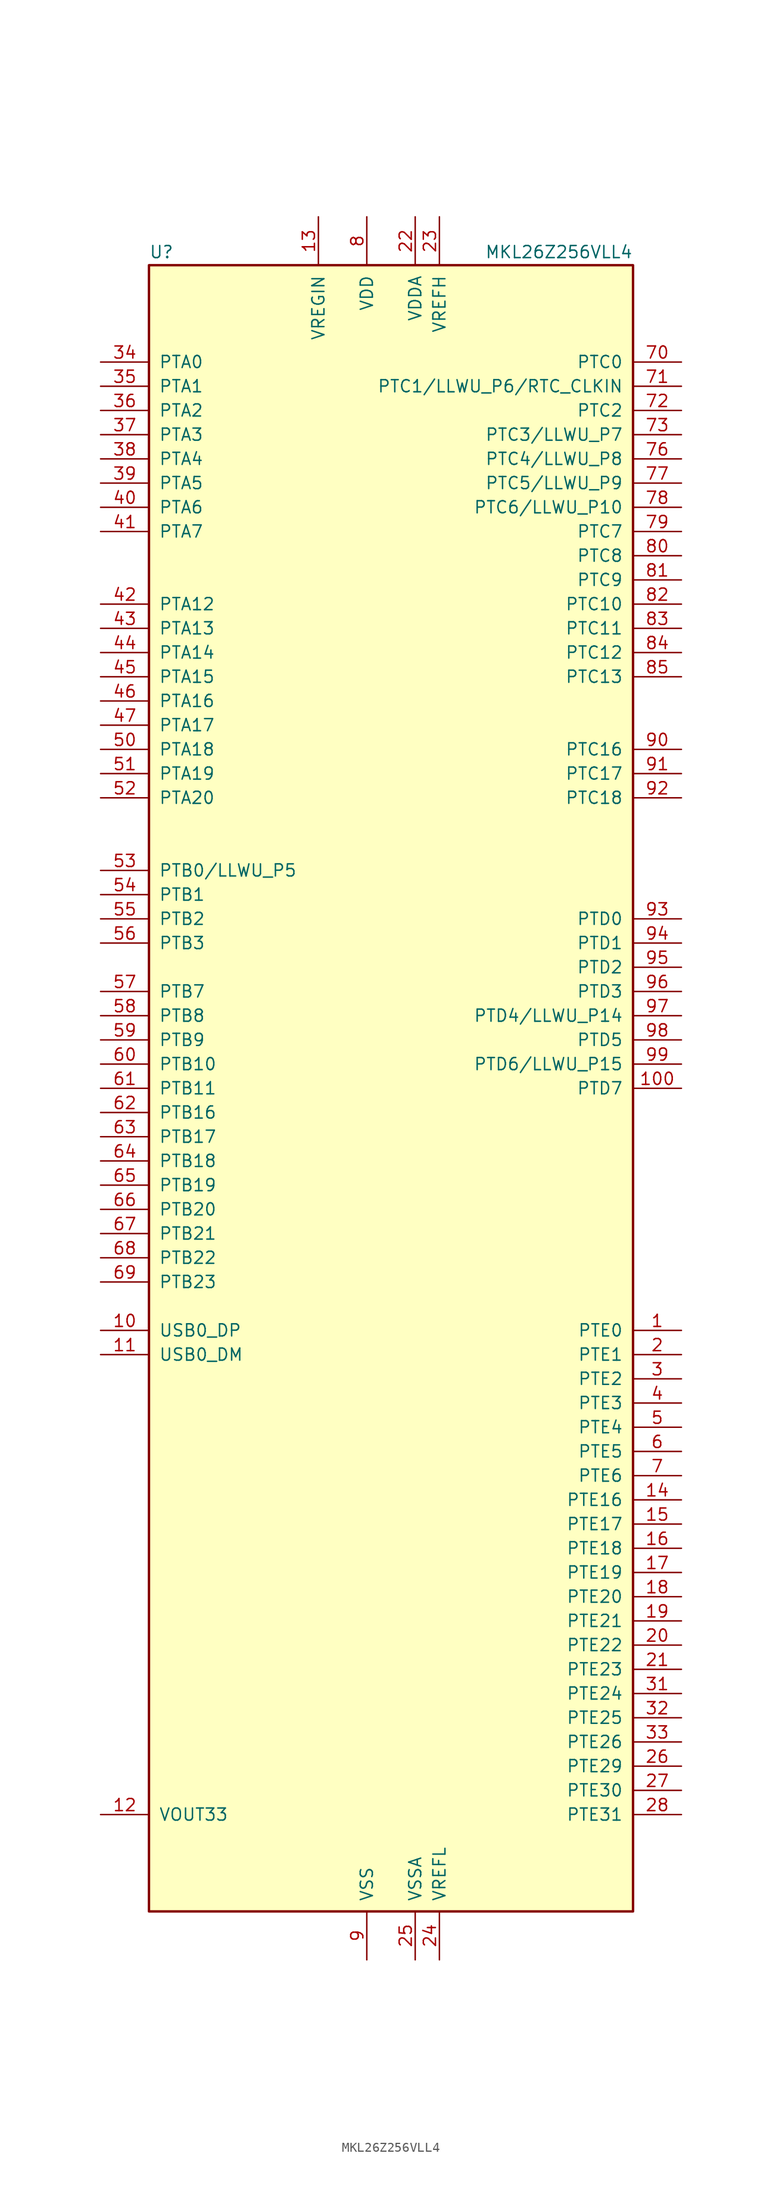
<source format=kicad_sym>
(kicad_symbol_lib
  (version 20211014)
  (generator kicad_symbol_editor)
  (symbol "MKL26Z256VLL4"
    (pin_names
      (offset 1.016))
    (property "Reference" "U"
      (at -25.4 86.995 0)
      (effects (font (size 1.27 1.27)) (justify left bottom)))
    (property "Value" "MKL26Z256VLL4"
      (at 25.4 86.995 0)
      (effects (font (size 1.27 1.27)) (justify right bottom)))
    (symbol "MKL26Z256VLL4_0_1"
      (rectangle (start -25.4 86.36) (end 25.4 -86.36) (stroke (width 0.254) (type default) (color 0 0 0 0)) (fill (type background))))
    (symbol "MKL26Z256VLL4_1_1"
      (pin bidirectional line (at 30.48 -25.4 180) (length 5.08) (name "PTE0" (effects (font (size 1.27 1.27)))) (number "1" (effects (font (size 1.27 1.27)))))
      (pin bidirectional line (at -30.48 -25.4 0) (length 5.08) (name "USB0_DP" (effects (font (size 1.27 1.27)))) (number "10" (effects (font (size 1.27 1.27)))))
      (pin bidirectional line (at 30.48 0 180) (length 5.08) (name "PTD7" (effects (font (size 1.27 1.27)))) (number "100" (effects (font (size 1.27 1.27)))))
      (pin bidirectional line (at -30.48 -27.94 0) (length 5.08) (name "USB0_DM" (effects (font (size 1.27 1.27)))) (number "11" (effects (font (size 1.27 1.27)))))
      (pin power_out line (at -30.48 -76.2 0) (length 5.08) (name "VOUT33" (effects (font (size 1.27 1.27)))) (number "12" (effects (font (size 1.27 1.27)))))
      (pin power_in line (at -7.62 91.44 270) (length 5.08) (name "VREGIN" (effects (font (size 1.27 1.27)))) (number "13" (effects (font (size 1.27 1.27)))))
      (pin bidirectional line (at 30.48 -43.18 180) (length 5.08) (name "PTE16" (effects (font (size 1.27 1.27)))) (number "14" (effects (font (size 1.27 1.27)))))
      (pin bidirectional line (at 30.48 -45.72 180) (length 5.08) (name "PTE17" (effects (font (size 1.27 1.27)))) (number "15" (effects (font (size 1.27 1.27)))))
      (pin bidirectional line (at 30.48 -48.26 180) (length 5.08) (name "PTE18" (effects (font (size 1.27 1.27)))) (number "16" (effects (font (size 1.27 1.27)))))
      (pin bidirectional line (at 30.48 -50.8 180) (length 5.08) (name "PTE19" (effects (font (size 1.27 1.27)))) (number "17" (effects (font (size 1.27 1.27)))))
      (pin bidirectional line (at 30.48 -53.34 180) (length 5.08) (name "PTE20" (effects (font (size 1.27 1.27)))) (number "18" (effects (font (size 1.27 1.27)))))
      (pin bidirectional line (at 30.48 -55.88 180) (length 5.08) (name "PTE21" (effects (font (size 1.27 1.27)))) (number "19" (effects (font (size 1.27 1.27)))))
      (pin bidirectional line (at 30.48 -27.94 180) (length 5.08) (name "PTE1" (effects (font (size 1.27 1.27)))) (number "2" (effects (font (size 1.27 1.27)))))
      (pin bidirectional line (at 30.48 -58.42 180) (length 5.08) (name "PTE22" (effects (font (size 1.27 1.27)))) (number "20" (effects (font (size 1.27 1.27)))))
      (pin bidirectional line (at 30.48 -60.96 180) (length 5.08) (name "PTE23" (effects (font (size 1.27 1.27)))) (number "21" (effects (font (size 1.27 1.27)))))
      (pin power_in line (at 2.54 91.44 270) (length 5.08) (name "VDDA" (effects (font (size 1.27 1.27)))) (number "22" (effects (font (size 1.27 1.27)))))
      (pin power_in line (at 5.08 91.44 270) (length 5.08) (name "VREFH" (effects (font (size 1.27 1.27)))) (number "23" (effects (font (size 1.27 1.27)))))
      (pin power_in line (at 5.08 -91.44 90) (length 5.08) (name "VREFL" (effects (font (size 1.27 1.27)))) (number "24" (effects (font (size 1.27 1.27)))))
      (pin power_in line (at 2.54 -91.44 90) (length 5.08) (name "VSSA" (effects (font (size 1.27 1.27)))) (number "25" (effects (font (size 1.27 1.27)))))
      (pin bidirectional line (at 30.48 -71.12 180) (length 5.08) (name "PTE29" (effects (font (size 1.27 1.27)))) (number "26" (effects (font (size 1.27 1.27)))))
      (pin bidirectional line (at 30.48 -73.66 180) (length 5.08) (name "PTE30" (effects (font (size 1.27 1.27)))) (number "27" (effects (font (size 1.27 1.27)))))
      (pin bidirectional line (at 30.48 -76.2 180) (length 5.08) (name "PTE31" (effects (font (size 1.27 1.27)))) (number "28" (effects (font (size 1.27 1.27)))))
      (pin passive line (at -2.54 -91.44 90) (length 5.08) hide (name "VSS" (effects (font (size 1.27 1.27)))) (number "29" (effects (font (size 1.27 1.27)))))
      (pin bidirectional line (at 30.48 -30.48 180) (length 5.08) (name "PTE2" (effects (font (size 1.27 1.27)))) (number "3" (effects (font (size 1.27 1.27)))))
      (pin passive line (at -2.54 91.44 270) (length 5.08) hide (name "VDD" (effects (font (size 1.27 1.27)))) (number "30" (effects (font (size 1.27 1.27)))))
      (pin bidirectional line (at 30.48 -63.5 180) (length 5.08) (name "PTE24" (effects (font (size 1.27 1.27)))) (number "31" (effects (font (size 1.27 1.27)))))
      (pin bidirectional line (at 30.48 -66.04 180) (length 5.08) (name "PTE25" (effects (font (size 1.27 1.27)))) (number "32" (effects (font (size 1.27 1.27)))))
      (pin bidirectional line (at 30.48 -68.58 180) (length 5.08) (name "PTE26" (effects (font (size 1.27 1.27)))) (number "33" (effects (font (size 1.27 1.27)))))
      (pin bidirectional line (at -30.48 76.2 0) (length 5.08) (name "PTA0" (effects (font (size 1.27 1.27)))) (number "34" (effects (font (size 1.27 1.27)))))
      (pin bidirectional line (at -30.48 73.66 0) (length 5.08) (name "PTA1" (effects (font (size 1.27 1.27)))) (number "35" (effects (font (size 1.27 1.27)))))
      (pin bidirectional line (at -30.48 71.12 0) (length 5.08) (name "PTA2" (effects (font (size 1.27 1.27)))) (number "36" (effects (font (size 1.27 1.27)))))
      (pin bidirectional line (at -30.48 68.58 0) (length 5.08) (name "PTA3" (effects (font (size 1.27 1.27)))) (number "37" (effects (font (size 1.27 1.27)))))
      (pin bidirectional line (at -30.48 66.04 0) (length 5.08) (name "PTA4" (effects (font (size 1.27 1.27)))) (number "38" (effects (font (size 1.27 1.27)))))
      (pin bidirectional line (at -30.48 63.5 0) (length 5.08) (name "PTA5" (effects (font (size 1.27 1.27)))) (number "39" (effects (font (size 1.27 1.27)))))
      (pin bidirectional line (at 30.48 -33.02 180) (length 5.08) (name "PTE3" (effects (font (size 1.27 1.27)))) (number "4" (effects (font (size 1.27 1.27)))))
      (pin bidirectional line (at -30.48 60.96 0) (length 5.08) (name "PTA6" (effects (font (size 1.27 1.27)))) (number "40" (effects (font (size 1.27 1.27)))))
      (pin bidirectional line (at -30.48 58.42 0) (length 5.08) (name "PTA7" (effects (font (size 1.27 1.27)))) (number "41" (effects (font (size 1.27 1.27)))))
      (pin bidirectional line (at -30.48 50.8 0) (length 5.08) (name "PTA12" (effects (font (size 1.27 1.27)))) (number "42" (effects (font (size 1.27 1.27)))))
      (pin bidirectional line (at -30.48 48.26 0) (length 5.08) (name "PTA13" (effects (font (size 1.27 1.27)))) (number "43" (effects (font (size 1.27 1.27)))))
      (pin bidirectional line (at -30.48 45.72 0) (length 5.08) (name "PTA14" (effects (font (size 1.27 1.27)))) (number "44" (effects (font (size 1.27 1.27)))))
      (pin bidirectional line (at -30.48 43.18 0) (length 5.08) (name "PTA15" (effects (font (size 1.27 1.27)))) (number "45" (effects (font (size 1.27 1.27)))))
      (pin bidirectional line (at -30.48 40.64 0) (length 5.08) (name "PTA16" (effects (font (size 1.27 1.27)))) (number "46" (effects (font (size 1.27 1.27)))))
      (pin bidirectional line (at -30.48 38.1 0) (length 5.08) (name "PTA17" (effects (font (size 1.27 1.27)))) (number "47" (effects (font (size 1.27 1.27)))))
      (pin passive line (at -2.54 91.44 270) (length 5.08) hide (name "VDD" (effects (font (size 1.27 1.27)))) (number "48" (effects (font (size 1.27 1.27)))))
      (pin passive line (at -2.54 -91.44 90) (length 5.08) hide (name "VSS" (effects (font (size 1.27 1.27)))) (number "49" (effects (font (size 1.27 1.27)))))
      (pin bidirectional line (at 30.48 -35.56 180) (length 5.08) (name "PTE4" (effects (font (size 1.27 1.27)))) (number "5" (effects (font (size 1.27 1.27)))))
      (pin bidirectional line (at -30.48 35.56 0) (length 5.08) (name "PTA18" (effects (font (size 1.27 1.27)))) (number "50" (effects (font (size 1.27 1.27)))))
      (pin bidirectional line (at -30.48 33.02 0) (length 5.08) (name "PTA19" (effects (font (size 1.27 1.27)))) (number "51" (effects (font (size 1.27 1.27)))))
      (pin bidirectional line (at -30.48 30.48 0) (length 5.08) (name "PTA20" (effects (font (size 1.27 1.27)))) (number "52" (effects (font (size 1.27 1.27)))))
      (pin bidirectional line (at -30.48 22.86 0) (length 5.08) (name "PTB0/LLWU_P5" (effects (font (size 1.27 1.27)))) (number "53" (effects (font (size 1.27 1.27)))))
      (pin bidirectional line (at -30.48 20.32 0) (length 5.08) (name "PTB1" (effects (font (size 1.27 1.27)))) (number "54" (effects (font (size 1.27 1.27)))))
      (pin bidirectional line (at -30.48 17.78 0) (length 5.08) (name "PTB2" (effects (font (size 1.27 1.27)))) (number "55" (effects (font (size 1.27 1.27)))))
      (pin bidirectional line (at -30.48 15.24 0) (length 5.08) (name "PTB3" (effects (font (size 1.27 1.27)))) (number "56" (effects (font (size 1.27 1.27)))))
      (pin bidirectional line (at -30.48 10.16 0) (length 5.08) (name "PTB7" (effects (font (size 1.27 1.27)))) (number "57" (effects (font (size 1.27 1.27)))))
      (pin bidirectional line (at -30.48 7.62 0) (length 5.08) (name "PTB8" (effects (font (size 1.27 1.27)))) (number "58" (effects (font (size 1.27 1.27)))))
      (pin bidirectional line (at -30.48 5.08 0) (length 5.08) (name "PTB9" (effects (font (size 1.27 1.27)))) (number "59" (effects (font (size 1.27 1.27)))))
      (pin bidirectional line (at 30.48 -38.1 180) (length 5.08) (name "PTE5" (effects (font (size 1.27 1.27)))) (number "6" (effects (font (size 1.27 1.27)))))
      (pin bidirectional line (at -30.48 2.54 0) (length 5.08) (name "PTB10" (effects (font (size 1.27 1.27)))) (number "60" (effects (font (size 1.27 1.27)))))
      (pin bidirectional line (at -30.48 0 0) (length 5.08) (name "PTB11" (effects (font (size 1.27 1.27)))) (number "61" (effects (font (size 1.27 1.27)))))
      (pin bidirectional line (at -30.48 -2.54 0) (length 5.08) (name "PTB16" (effects (font (size 1.27 1.27)))) (number "62" (effects (font (size 1.27 1.27)))))
      (pin bidirectional line (at -30.48 -5.08 0) (length 5.08) (name "PTB17" (effects (font (size 1.27 1.27)))) (number "63" (effects (font (size 1.27 1.27)))))
      (pin bidirectional line (at -30.48 -7.62 0) (length 5.08) (name "PTB18" (effects (font (size 1.27 1.27)))) (number "64" (effects (font (size 1.27 1.27)))))
      (pin bidirectional line (at -30.48 -10.16 0) (length 5.08) (name "PTB19" (effects (font (size 1.27 1.27)))) (number "65" (effects (font (size 1.27 1.27)))))
      (pin bidirectional line (at -30.48 -12.7 0) (length 5.08) (name "PTB20" (effects (font (size 1.27 1.27)))) (number "66" (effects (font (size 1.27 1.27)))))
      (pin bidirectional line (at -30.48 -15.24 0) (length 5.08) (name "PTB21" (effects (font (size 1.27 1.27)))) (number "67" (effects (font (size 1.27 1.27)))))
      (pin bidirectional line (at -30.48 -17.78 0) (length 5.08) (name "PTB22" (effects (font (size 1.27 1.27)))) (number "68" (effects (font (size 1.27 1.27)))))
      (pin bidirectional line (at -30.48 -20.32 0) (length 5.08) (name "PTB23" (effects (font (size 1.27 1.27)))) (number "69" (effects (font (size 1.27 1.27)))))
      (pin bidirectional line (at 30.48 -40.64 180) (length 5.08) (name "PTE6" (effects (font (size 1.27 1.27)))) (number "7" (effects (font (size 1.27 1.27)))))
      (pin bidirectional line (at 30.48 76.2 180) (length 5.08) (name "PTC0" (effects (font (size 1.27 1.27)))) (number "70" (effects (font (size 1.27 1.27)))))
      (pin bidirectional line (at 30.48 73.66 180) (length 5.08) (name "PTC1/LLWU_P6/RTC_CLKIN" (effects (font (size 1.27 1.27)))) (number "71" (effects (font (size 1.27 1.27)))))
      (pin bidirectional line (at 30.48 71.12 180) (length 5.08) (name "PTC2" (effects (font (size 1.27 1.27)))) (number "72" (effects (font (size 1.27 1.27)))))
      (pin bidirectional line (at 30.48 68.58 180) (length 5.08) (name "PTC3/LLWU_P7" (effects (font (size 1.27 1.27)))) (number "73" (effects (font (size 1.27 1.27)))))
      (pin passive line (at -2.54 -91.44 90) (length 5.08) hide (name "VSS" (effects (font (size 1.27 1.27)))) (number "74" (effects (font (size 1.27 1.27)))))
      (pin passive line (at -2.54 91.44 270) (length 5.08) hide (name "VDD" (effects (font (size 1.27 1.27)))) (number "75" (effects (font (size 1.27 1.27)))))
      (pin bidirectional line (at 30.48 66.04 180) (length 5.08) (name "PTC4/LLWU_P8" (effects (font (size 1.27 1.27)))) (number "76" (effects (font (size 1.27 1.27)))))
      (pin bidirectional line (at 30.48 63.5 180) (length 5.08) (name "PTC5/LLWU_P9" (effects (font (size 1.27 1.27)))) (number "77" (effects (font (size 1.27 1.27)))))
      (pin bidirectional line (at 30.48 60.96 180) (length 5.08) (name "PTC6/LLWU_P10" (effects (font (size 1.27 1.27)))) (number "78" (effects (font (size 1.27 1.27)))))
      (pin bidirectional line (at 30.48 58.42 180) (length 5.08) (name "PTC7" (effects (font (size 1.27 1.27)))) (number "79" (effects (font (size 1.27 1.27)))))
      (pin power_in line (at -2.54 91.44 270) (length 5.08) (name "VDD" (effects (font (size 1.27 1.27)))) (number "8" (effects (font (size 1.27 1.27)))))
      (pin bidirectional line (at 30.48 55.88 180) (length 5.08) (name "PTC8" (effects (font (size 1.27 1.27)))) (number "80" (effects (font (size 1.27 1.27)))))
      (pin bidirectional line (at 30.48 53.34 180) (length 5.08) (name "PTC9" (effects (font (size 1.27 1.27)))) (number "81" (effects (font (size 1.27 1.27)))))
      (pin bidirectional line (at 30.48 50.8 180) (length 5.08) (name "PTC10" (effects (font (size 1.27 1.27)))) (number "82" (effects (font (size 1.27 1.27)))))
      (pin bidirectional line (at 30.48 48.26 180) (length 5.08) (name "PTC11" (effects (font (size 1.27 1.27)))) (number "83" (effects (font (size 1.27 1.27)))))
      (pin bidirectional line (at 30.48 45.72 180) (length 5.08) (name "PTC12" (effects (font (size 1.27 1.27)))) (number "84" (effects (font (size 1.27 1.27)))))
      (pin bidirectional line (at 30.48 43.18 180) (length 5.08) (name "PTC13" (effects (font (size 1.27 1.27)))) (number "85" (effects (font (size 1.27 1.27)))))
      (pin no_connect line (at -25.4 -63.5 0) (length 5.08) hide (name "NC" (effects (font (size 1.27 1.27)))) (number "86" (effects (font (size 1.27 1.27)))))
      (pin no_connect line (at -25.4 -66.04 0) (length 5.08) hide (name "NC" (effects (font (size 1.27 1.27)))) (number "87" (effects (font (size 1.27 1.27)))))
      (pin no_connect line (at -25.4 -68.58 0) (length 5.08) hide (name "NC" (effects (font (size 1.27 1.27)))) (number "88" (effects (font (size 1.27 1.27)))))
      (pin no_connect line (at -25.4 -71.12 0) (length 5.08) hide (name "NC" (effects (font (size 1.27 1.27)))) (number "89" (effects (font (size 1.27 1.27)))))
      (pin power_in line (at -2.54 -91.44 90) (length 5.08) (name "VSS" (effects (font (size 1.27 1.27)))) (number "9" (effects (font (size 1.27 1.27)))))
      (pin bidirectional line (at 30.48 35.56 180) (length 5.08) (name "PTC16" (effects (font (size 1.27 1.27)))) (number "90" (effects (font (size 1.27 1.27)))))
      (pin bidirectional line (at 30.48 33.02 180) (length 5.08) (name "PTC17" (effects (font (size 1.27 1.27)))) (number "91" (effects (font (size 1.27 1.27)))))
      (pin bidirectional line (at 30.48 30.48 180) (length 5.08) (name "PTC18" (effects (font (size 1.27 1.27)))) (number "92" (effects (font (size 1.27 1.27)))))
      (pin bidirectional line (at 30.48 17.78 180) (length 5.08) (name "PTD0" (effects (font (size 1.27 1.27)))) (number "93" (effects (font (size 1.27 1.27)))))
      (pin bidirectional line (at 30.48 15.24 180) (length 5.08) (name "PTD1" (effects (font (size 1.27 1.27)))) (number "94" (effects (font (size 1.27 1.27)))))
      (pin bidirectional line (at 30.48 12.7 180) (length 5.08) (name "PTD2" (effects (font (size 1.27 1.27)))) (number "95" (effects (font (size 1.27 1.27)))))
      (pin bidirectional line (at 30.48 10.16 180) (length 5.08) (name "PTD3" (effects (font (size 1.27 1.27)))) (number "96" (effects (font (size 1.27 1.27)))))
      (pin bidirectional line (at 30.48 7.62 180) (length 5.08) (name "PTD4/LLWU_P14" (effects (font (size 1.27 1.27)))) (number "97" (effects (font (size 1.27 1.27)))))
      (pin bidirectional line (at 30.48 5.08 180) (length 5.08) (name "PTD5" (effects (font (size 1.27 1.27)))) (number "98" (effects (font (size 1.27 1.27)))))
      (pin bidirectional line (at 30.48 2.54 180) (length 5.08) (name "PTD6/LLWU_P15" (effects (font (size 1.27 1.27)))) (number "99" (effects (font (size 1.27 1.27))))))))
</source>
